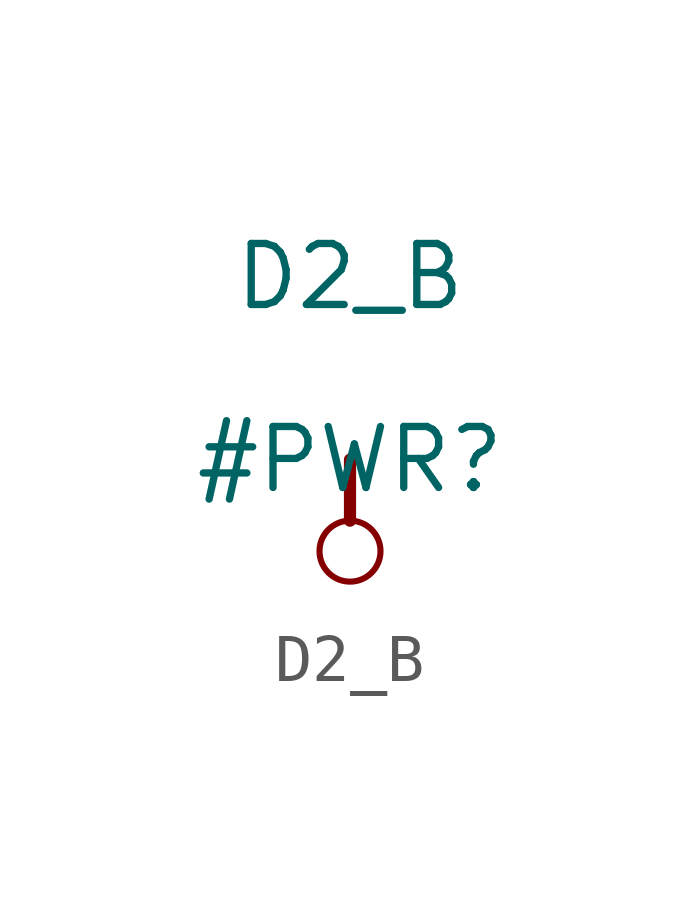
<source format=kicad_sym>
(kicad_symbol_lib
  (version 20211014)
  (generator kicad_symbol_editor)
  (symbol "D2_B"
    (power)
    (property "Reference" "#PWR"
      (at 0 0 0)
      (effects (font (size 1.27 1.27))))
    (property "Value" "D2_B"
      (at 0 3.81 0)
      (effects (font (size 1.27 1.27))))
    (symbol "D2_B_0_0"
      (circle (center 0 -1.905) (radius 0.635) (stroke (width 0.127) (type default) (color 0 0 0 0)) (fill (type none)))
      (polyline (pts (xy 0 0) (xy 0 -1.27)) (stroke (width 0.254) (type default) (color 0 0 0 0)) (fill (type none)))
      (pin power_in line (at 0 0 0) (length 0) hide (name "D2_B" (effects (font (size 1.27 1.27)))) (number "" (effects (font (size 1.27 1.27))))))))
</source>
